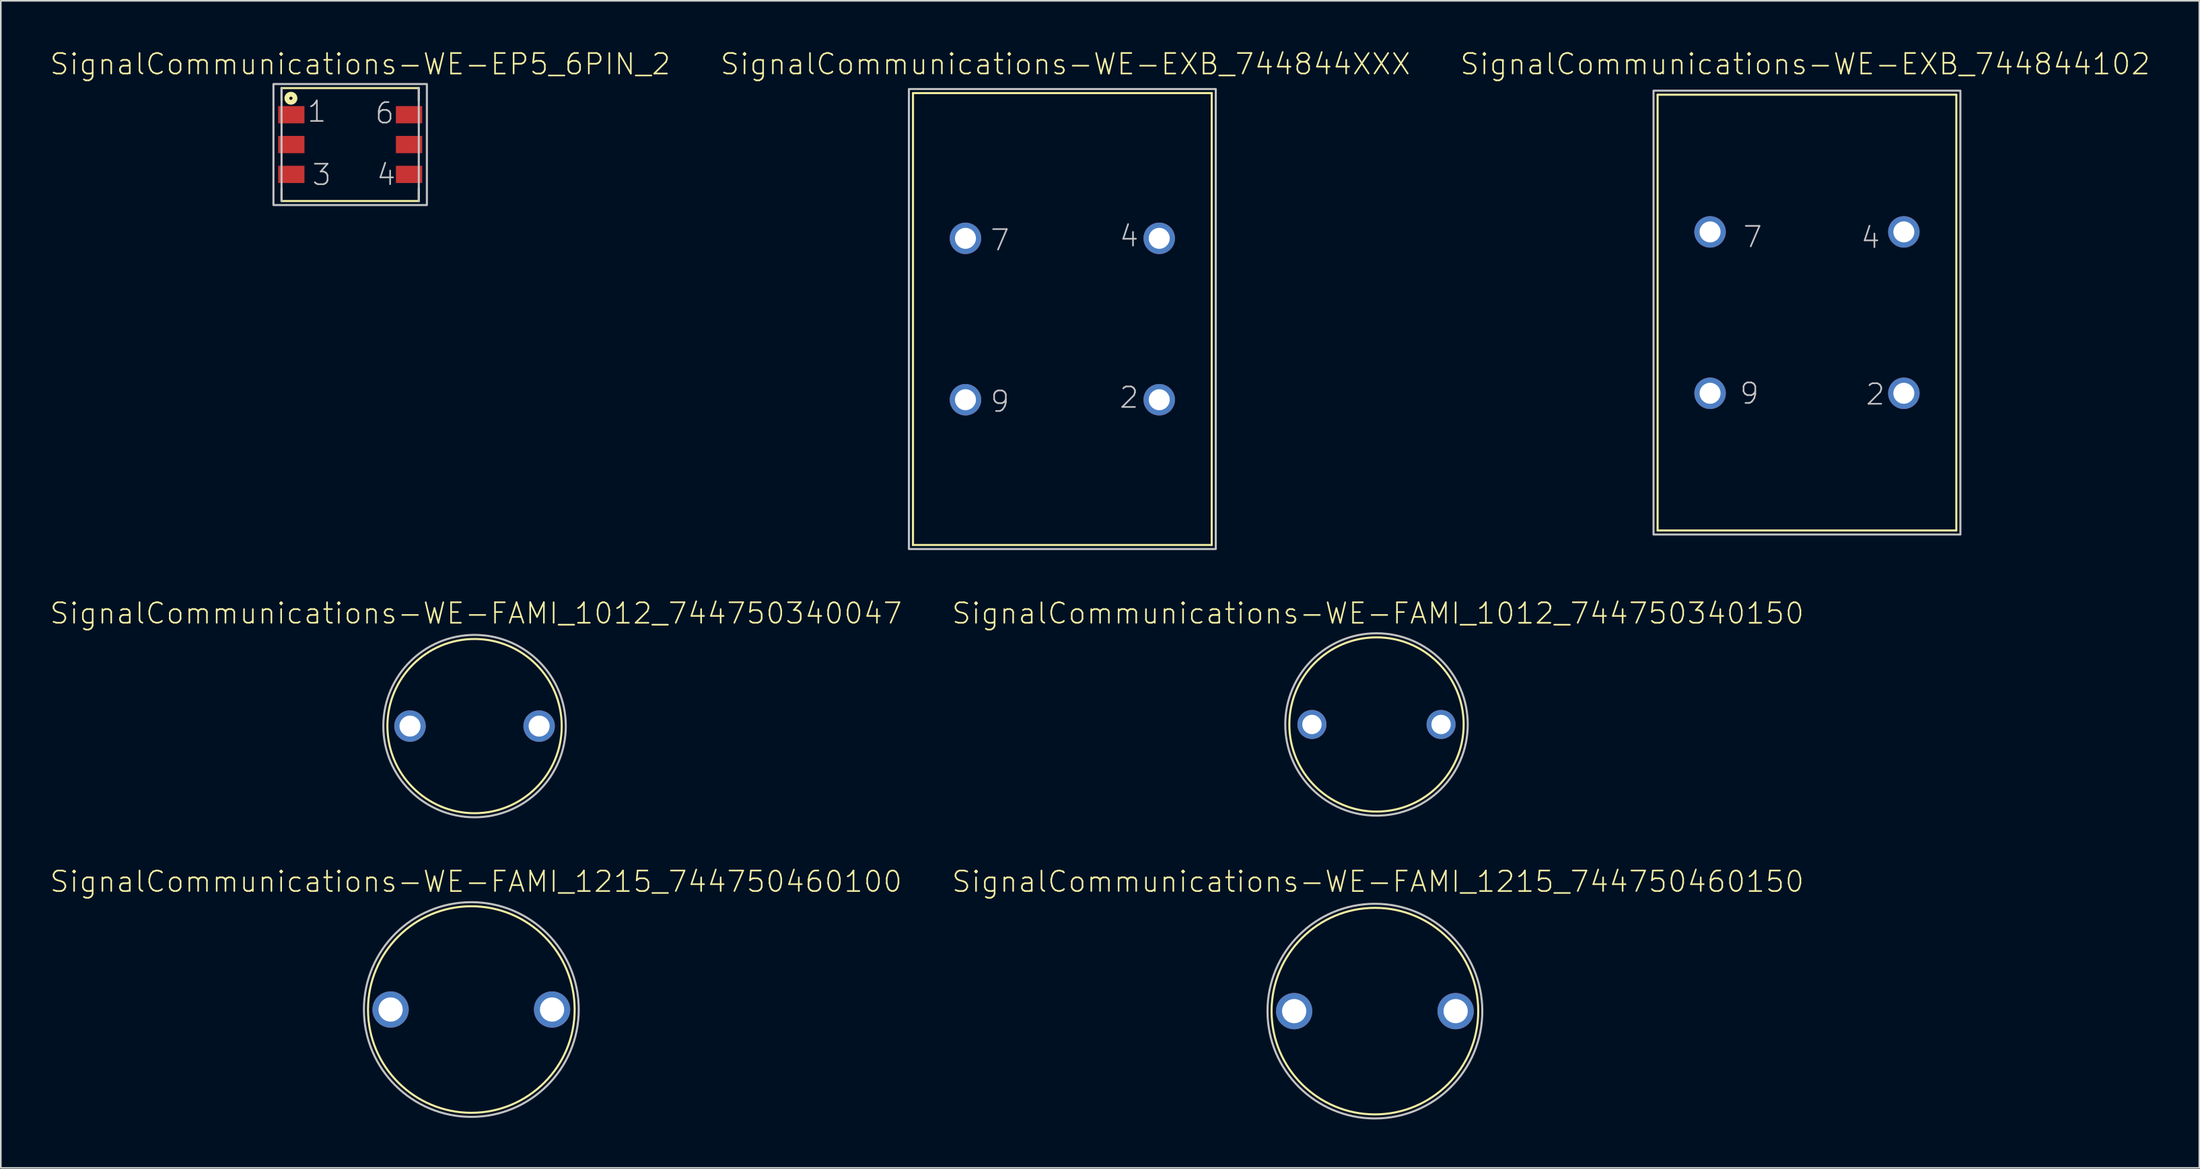
<source format=kicad_pcb>
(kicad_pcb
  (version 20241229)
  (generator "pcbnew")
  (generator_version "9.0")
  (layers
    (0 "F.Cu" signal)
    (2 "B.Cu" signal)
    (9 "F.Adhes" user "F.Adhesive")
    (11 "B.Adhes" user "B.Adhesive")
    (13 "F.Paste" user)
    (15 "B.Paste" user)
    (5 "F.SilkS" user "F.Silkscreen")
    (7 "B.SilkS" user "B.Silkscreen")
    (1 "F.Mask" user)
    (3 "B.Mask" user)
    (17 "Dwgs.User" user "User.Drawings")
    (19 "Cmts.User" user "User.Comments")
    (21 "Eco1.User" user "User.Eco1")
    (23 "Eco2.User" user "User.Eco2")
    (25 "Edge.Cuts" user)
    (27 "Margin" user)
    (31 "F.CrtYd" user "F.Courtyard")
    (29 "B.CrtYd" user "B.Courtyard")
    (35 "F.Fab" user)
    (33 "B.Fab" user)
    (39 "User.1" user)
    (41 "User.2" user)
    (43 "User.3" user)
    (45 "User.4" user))
  (footprint "SignalCommunications-WE-FAMI_1215_744750460150"
    (layer "F.Cu")
    (at 82.082 59.592)
    (property "Reference" "SignalCommunications-WE-FAMI_1215_744750460150" (at 0.188 -8.024 0) (layer "F.SilkS") (effects (font (size 1.27 1.27) (thickness 0.102))))
    (attr exclude_from_pos_files exclude_from_bom)
    (fp_circle (center 0 0) (end 0 -6.398) (stroke (width 0.127) (type solid)) (fill no) (layer "F.SilkS"))
    (fp_circle (center 0 0) (end 0 -6.65) (stroke (width 0.127) (type solid)) (fill no) (layer "Dwgs.User"))
    (pad "1" thru_hole circle (at -4.999 0) (size 2.248 2.248) (drill 1.499) (layers "*.Cu" "*.Paste" "*.Mask"))
    (pad "2" thru_hole circle (at 4.999 0) (size 2.248 2.248) (drill 1.499) (layers "*.Cu" "*.Paste" "*.Mask")))
  (footprint "SignalCommunications-WE-FAMI_1012_744750340150"
    (layer "F.Cu")
    (at 82.181 41.833)
    (property "Reference" "SignalCommunications-WE-FAMI_1012_744750340150" (at 0.089 -6.883 0) (layer "F.SilkS") (effects (font (size 1.27 1.27) (thickness 0.102))))
    (attr exclude_from_pos_files exclude_from_bom)
    (fp_circle (center 0 0) (end 0 -5.397) (stroke (width 0.127) (type solid)) (fill no) (layer "F.SilkS"))
    (fp_circle (center 0 0) (end 0 -5.649) (stroke (width 0.127) (type solid)) (fill no) (layer "Dwgs.User"))
    (pad "1" thru_hole circle (at -3.998 0) (size 1.798 1.798) (drill 1.199) (layers "*.Cu" "*.Paste" "*.Mask"))
    (pad "2" thru_hole circle (at 3.998 0) (size 1.798 1.798) (drill 1.199) (layers "*.Cu" "*.Paste" "*.Mask")))
  (footprint "SignalCommunications-WE-EP5_6PIN_2"
    (layer "F.Cu")
    (at 18.632 5.905)
    (property "Reference" "SignalCommunications-WE-EP5_6PIN_2" (at 0.625 -4.983 0) (layer "F.SilkS") (effects (font (size 1.27 1.27) (thickness 0.102))))
    (attr smd)
    (fp_line (start -4.249 -3.498) (end -4.249 -2.738) (stroke (width 0.127) (type solid)) (layer "F.SilkS"))
    (fp_line (start -4.249 2.738) (end -4.249 3.498) (stroke (width 0.127) (type solid)) (layer "F.SilkS"))
    (fp_line (start 4.249 -3.498) (end -4.249 -3.498) (stroke (width 0.127) (type solid)) (layer "F.SilkS"))
    (fp_line (start 4.249 -3.498) (end 4.249 -2.738) (stroke (width 0.127) (type solid)) (layer "F.SilkS"))
    (fp_line (start 4.249 2.738) (end 4.249 3.498) (stroke (width 0.127) (type solid)) (layer "F.SilkS"))
    (fp_line (start 4.249 3.498) (end -4.249 3.498) (stroke (width 0.127) (type solid)) (layer "F.SilkS"))
    (fp_circle (center -3.668 -2.868) (end -3.668 -2.967) (stroke (width 0.3) (type solid)) (fill no) (layer "F.SilkS"))
    (fp_line (start -4.249 3.498) (end -4.249 -3.498) (stroke (width 0.127) (type solid)) (layer "Dwgs.User"))
    (fp_line (start 4.249 3.498) (end 4.249 -3.498) (stroke (width 0.127) (type solid)) (layer "Dwgs.User"))
    (fp_poly (pts (xy -4.75 -3.749) (xy 4.75 -3.749) (xy 4.75 3.749) (xy -4.75 3.749) (xy -4.75 -3.749)) (stroke (width 0.127) (type solid)) (fill no) (layer "Dwgs.User"))
    (fp_text user "3" (at -1.763 1.875 0) (layer "Dwgs.User") (effects (font (size 1.27 1.27) (thickness 0.102))))
    (fp_text user "1" (at -2.062 -2.045 0) (layer "Dwgs.User") (effects (font (size 1.27 1.27) (thickness 0.102))))
    (fp_text user "4" (at 2.233 1.875 0) (layer "Dwgs.User") (effects (font (size 1.27 1.27) (thickness 0.102))))
    (fp_text user "6" (at 2.134 -1.943 0) (layer "Dwgs.User") (effects (font (size 1.27 1.27) (thickness 0.102))))
    (pad "1" smd rect (at -3.645 -1.849 180) (size 1.628 1.069) (layers "F.Cu" "F.Mask" "F.Paste"))
    (pad "2" smd rect (at -3.645 0 180) (size 1.628 1.069) (layers "F.Cu" "F.Mask" "F.Paste"))
    (pad "3" smd rect (at -3.645 1.849 180) (size 1.628 1.069) (layers "F.Cu" "F.Mask" "F.Paste"))
    (pad "4" smd rect (at 3.645 1.849 180) (size 1.628 1.069) (layers "F.Cu" "F.Mask" "F.Paste"))
    (pad "5" smd rect (at 3.645 0 180) (size 1.628 1.069) (layers "F.Cu" "F.Mask" "F.Paste"))
    (pad "6" smd rect (at 3.645 -1.849 180) (size 1.628 1.069) (layers "F.Cu" "F.Mask" "F.Paste")))
  (footprint "SignalCommunications-WE-EXB_744844XXX"
    (layer "F.Cu")
    (at 62.729 16.715)
    (property "Reference" "SignalCommunications-WE-EXB_744844XXX" (at 0.188 -15.794 0) (layer "F.SilkS") (effects (font (size 1.27 1.27) (thickness 0.102))))
    (attr exclude_from_pos_files exclude_from_bom)
    (fp_line (start -9.248 -13.998) (end 9.248 -13.998) (stroke (width 0.127) (type solid)) (layer "F.SilkS"))
    (fp_line (start -9.248 13.998) (end -9.248 -13.998) (stroke (width 0.127) (type solid)) (layer "F.SilkS"))
    (fp_line (start 9.248 -13.998) (end 9.248 13.998) (stroke (width 0.127) (type solid)) (layer "F.SilkS"))
    (fp_line (start 9.248 13.998) (end -9.248 13.998) (stroke (width 0.127) (type solid)) (layer "F.SilkS"))
    (fp_poly (pts (xy -9.5 14.249) (xy -9.5 -14.249) (xy 9.5 -14.249) (xy 9.5 14.249) (xy -9.5 14.249)) (stroke (width 0.127) (type solid)) (fill no) (layer "Dwgs.User"))
    (fp_text user "9" (at -3.863 5.113 0) (layer "Dwgs.User") (effects (font (size 1.27 1.27) (thickness 0.102))))
    (fp_text user "4" (at 4.133 -5.133 0) (layer "Dwgs.User") (effects (font (size 1.27 1.27) (thickness 0.102))))
    (fp_text user "7" (at -3.863 -4.884 0) (layer "Dwgs.User") (effects (font (size 1.27 1.27) (thickness 0.102))))
    (fp_text user "2" (at 4.133 4.864 0) (layer "Dwgs.User") (effects (font (size 1.27 1.27) (thickness 0.102))))
    (pad "2" thru_hole circle (at 5.999 4.999) (size 1.948 1.948) (drill 1.298) (layers "*.Cu" "*.Paste" "*.Mask"))
    (pad "4" thru_hole circle (at 5.999 -4.999) (size 1.948 1.948) (drill 1.298) (layers "*.Cu" "*.Paste" "*.Mask"))
    (pad "7" thru_hole circle (at -5.999 -4.999) (size 1.948 1.948) (drill 1.298) (layers "*.Cu" "*.Paste" "*.Mask"))
    (pad "9" thru_hole circle (at -5.999 4.999) (size 1.948 1.948) (drill 1.298) (layers "*.Cu" "*.Paste" "*.Mask")))
  (footprint "SignalCommunications-WE-EXB_744844102"
    (layer "F.Cu")
    (at 108.834 16.316)
    (property "Reference" "SignalCommunications-WE-EXB_744844102" (at -0.109 -15.395 0) (layer "F.SilkS") (effects (font (size 1.27 1.27) (thickness 0.102))))
    (attr exclude_from_pos_files exclude_from_bom)
    (fp_line (start -9.248 -13.498) (end 9.248 -13.498) (stroke (width 0.127) (type solid)) (layer "F.SilkS"))
    (fp_line (start -9.248 13.498) (end -9.248 -13.498) (stroke (width 0.127) (type solid)) (layer "F.SilkS"))
    (fp_line (start 9.248 -13.498) (end 9.248 13.498) (stroke (width 0.127) (type solid)) (layer "F.SilkS"))
    (fp_line (start 9.248 13.498) (end -9.248 13.498) (stroke (width 0.127) (type solid)) (layer "F.SilkS"))
    (fp_poly (pts (xy -9.5 13.749) (xy -9.5 -13.749) (xy 9.5 -13.749) (xy 9.5 13.749) (xy -9.5 13.749)) (stroke (width 0.127) (type solid)) (fill no) (layer "Dwgs.User"))
    (fp_text user "2" (at 4.234 5.065 0) (layer "Dwgs.User") (effects (font (size 1.27 1.27) (thickness 0.102))))
    (fp_text user "4" (at 3.934 -4.633 0) (layer "Dwgs.User") (effects (font (size 1.27 1.27) (thickness 0.102))))
    (fp_text user "9" (at -3.564 5.014 0) (layer "Dwgs.User") (effects (font (size 1.27 1.27) (thickness 0.102))))
    (fp_text user "7" (at -3.363 -4.684 0) (layer "Dwgs.User") (effects (font (size 1.27 1.27) (thickness 0.102))))
    (pad "2" thru_hole circle (at 5.999 4.999) (size 1.948 1.948) (drill 1.298) (layers "*.Cu" "*.Paste" "*.Mask"))
    (pad "4" thru_hole circle (at 5.999 -4.999) (size 1.948 1.948) (drill 1.298) (layers "*.Cu" "*.Paste" "*.Mask"))
    (pad "7" thru_hole circle (at -5.999 -4.999) (size 1.948 1.948) (drill 1.298) (layers "*.Cu" "*.Paste" "*.Mask"))
    (pad "9" thru_hole circle (at -5.999 4.999) (size 1.948 1.948) (drill 1.298) (layers "*.Cu" "*.Paste" "*.Mask")))
  (footprint "SignalCommunications-WE-FAMI_1215_744750460100"
    (layer "F.Cu")
    (at 26.134 59.493)
    (property "Reference" "SignalCommunications-WE-FAMI_1215_744750460100" (at 0.29 -7.925 0) (layer "F.SilkS") (effects (font (size 1.27 1.27) (thickness 0.102))))
    (attr exclude_from_pos_files exclude_from_bom)
    (fp_circle (center 0 0) (end 0 -6.398) (stroke (width 0.127) (type solid)) (fill no) (layer "F.SilkS"))
    (fp_circle (center 0 0) (end 0 -6.65) (stroke (width 0.127) (type solid)) (fill no) (layer "Dwgs.User"))
    (pad "1" thru_hole circle (at -4.999 0) (size 2.248 2.248) (drill 1.499) (layers "*.Cu" "*.Paste" "*.Mask"))
    (pad "2" thru_hole circle (at 4.999 0) (size 2.248 2.248) (drill 1.499) (layers "*.Cu" "*.Paste" "*.Mask")))
  (footprint "SignalCommunications-WE-FAMI_1012_744750340047"
    (layer "F.Cu")
    (at 26.334 41.934)
    (property "Reference" "SignalCommunications-WE-FAMI_1012_744750340047" (at 0.089 -6.985 0) (layer "F.SilkS") (effects (font (size 1.27 1.27) (thickness 0.102))))
    (attr exclude_from_pos_files exclude_from_bom)
    (fp_circle (center 0 0) (end 0 -5.397) (stroke (width 0.127) (type solid)) (fill no) (layer "F.SilkS"))
    (fp_circle (center 0 0) (end 0 -5.649) (stroke (width 0.127) (type solid)) (fill no) (layer "Dwgs.User"))
    (pad "1" thru_hole circle (at -3.998 0) (size 1.948 1.948) (drill 1.298) (layers "*.Cu" "*.Paste" "*.Mask"))
    (pad "2" thru_hole circle (at 3.998 0) (size 1.948 1.948) (drill 1.298) (layers "*.Cu" "*.Paste" "*.Mask")))
  (gr_rect
    (start -3 -3)
    (end 133.129 69.305)
    (stroke (width 0.1) (type default))
    (fill no)
    (layer "Edge.Cuts")))
</source>
